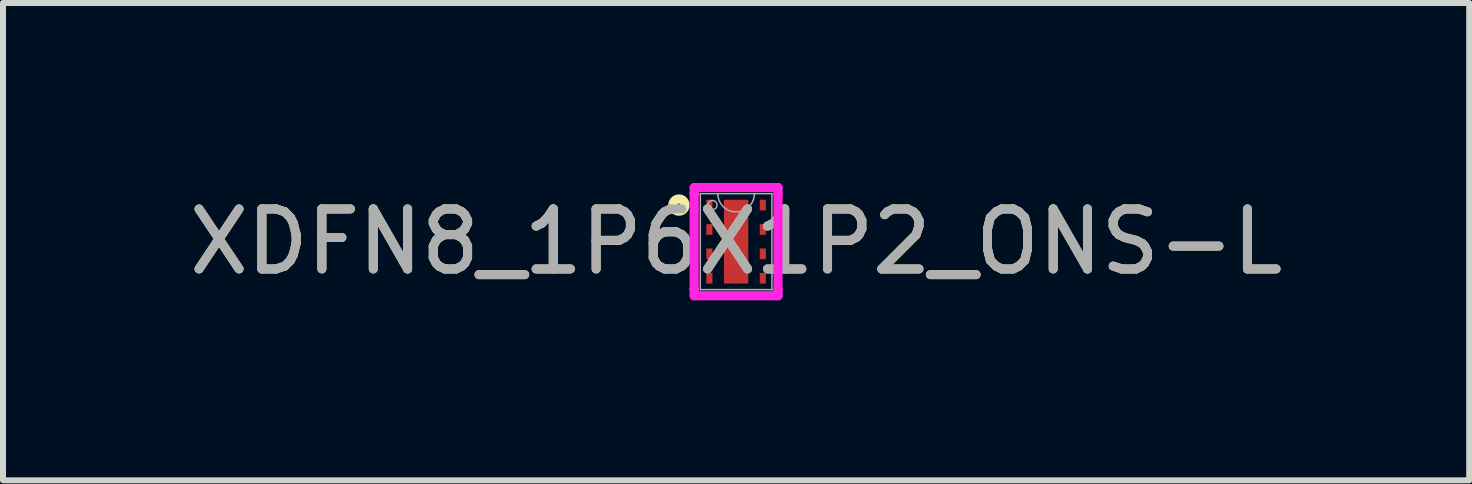
<source format=kicad_pcb>
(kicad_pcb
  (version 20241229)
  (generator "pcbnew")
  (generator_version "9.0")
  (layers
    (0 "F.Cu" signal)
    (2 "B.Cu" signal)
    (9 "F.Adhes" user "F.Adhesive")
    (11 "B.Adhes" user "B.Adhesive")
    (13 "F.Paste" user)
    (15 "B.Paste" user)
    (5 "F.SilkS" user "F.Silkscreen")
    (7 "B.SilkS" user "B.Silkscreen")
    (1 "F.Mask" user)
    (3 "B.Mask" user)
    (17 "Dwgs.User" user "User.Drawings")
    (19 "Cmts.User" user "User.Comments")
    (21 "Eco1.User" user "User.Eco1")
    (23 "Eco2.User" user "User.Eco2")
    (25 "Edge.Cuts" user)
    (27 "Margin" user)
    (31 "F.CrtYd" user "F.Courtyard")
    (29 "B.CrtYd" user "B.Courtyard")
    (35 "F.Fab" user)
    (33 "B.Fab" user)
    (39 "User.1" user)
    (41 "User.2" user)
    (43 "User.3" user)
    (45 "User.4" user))
  (footprint "XDFN8_1P6X1P2_ONS-L"
    (layer "F.Cu")
    (at 9.22 0.978)
    (property "Reference" "XDFN8_1P6X1P2_ONS-L" (at 0 0 0) (unlocked yes) (layer "F.SilkS") (effects (font (size 1 1) (thickness 0.15))))
    (attr smd)
    (fp_circle (center -0.953 -0.61) (end -0.851 -0.61) (stroke (width 0.152) (type solid)) (fill no) (layer "F.SilkS"))
    (fp_line (start -0.699 -0.902) (end 0.699 -0.902) (stroke (width 0.152) (type solid)) (layer "F.CrtYd"))
    (fp_line (start -0.699 -0.8) (end -0.699 -0.902) (stroke (width 0.152) (type solid)) (layer "F.CrtYd"))
    (fp_line (start -0.699 -0.8) (end -0.699 -0.8) (stroke (width 0.152) (type solid)) (layer "F.CrtYd"))
    (fp_line (start -0.699 0.8) (end -0.699 -0.8) (stroke (width 0.152) (type solid)) (layer "F.CrtYd"))
    (fp_line (start -0.699 0.8) (end -0.699 0.8) (stroke (width 0.152) (type solid)) (layer "F.CrtYd"))
    (fp_line (start -0.699 0.902) (end -0.699 0.8) (stroke (width 0.152) (type solid)) (layer "F.CrtYd"))
    (fp_line (start 0.699 -0.902) (end 0.699 -0.8) (stroke (width 0.152) (type solid)) (layer "F.CrtYd"))
    (fp_line (start 0.699 -0.8) (end 0.699 -0.8) (stroke (width 0.152) (type solid)) (layer "F.CrtYd"))
    (fp_line (start 0.699 -0.8) (end 0.699 0.8) (stroke (width 0.152) (type solid)) (layer "F.CrtYd"))
    (fp_line (start 0.699 0.8) (end 0.699 0.8) (stroke (width 0.152) (type solid)) (layer "F.CrtYd"))
    (fp_line (start 0.699 0.8) (end 0.699 0.902) (stroke (width 0.152) (type solid)) (layer "F.CrtYd"))
    (fp_line (start 0.699 0.902) (end -0.699 0.902) (stroke (width 0.152) (type solid)) (layer "F.CrtYd"))
    (fp_line (start -0.597 -0.8) (end -0.597 0.8) (stroke (width 0.025) (type solid)) (layer "F.Fab"))
    (fp_line (start -0.597 0.8) (end 0.597 0.8) (stroke (width 0.025) (type solid)) (layer "F.Fab"))
    (fp_line (start 0.597 -0.8) (end -0.597 -0.8) (stroke (width 0.025) (type solid)) (layer "F.Fab"))
    (fp_line (start 0.597 0.8) (end 0.597 -0.8) (stroke (width 0.025) (type solid)) (layer "F.Fab"))
    (fp_arc (start 0.3048 -0.8001) (mid 0 -0.4953) (end -0.3048 -0.8001) (stroke (width 0.0254) (type solid)) (layer "F.Fab"))
    (fp_circle (center -0.394 -0.61) (end -0.318 -0.61) (stroke (width 0.025) (type solid)) (fill no) (layer "F.Fab"))
    (fp_text user "${REFERENCE}" (at 0 0 0) (unlocked yes) (layer "F.Fab") (effects (font (size 1 1) (thickness 0.15))))
    (pad "1" smd rect (at -0.445 -0.61) (size 0.102 0.178) (layers "F.Cu" "F.Mask" "F.Paste"))
    (pad "2" smd rect (at -0.445 -0.203) (size 0.102 0.178) (layers "F.Cu" "F.Mask" "F.Paste"))
    (pad "3" smd rect (at -0.445 0.203) (size 0.102 0.178) (layers "F.Cu" "F.Mask" "F.Paste"))
    (pad "4" smd rect (at -0.445 0.61) (size 0.102 0.178) (layers "F.Cu" "F.Mask" "F.Paste"))
    (pad "5" smd rect (at 0.445 0.61) (size 0.102 0.178) (layers "F.Cu" "F.Mask" "F.Paste"))
    (pad "6" smd rect (at 0.445 0.203) (size 0.102 0.178) (layers "F.Cu" "F.Mask" "F.Paste"))
    (pad "7" smd rect (at 0.445 -0.203) (size 0.102 0.178) (layers "F.Cu" "F.Mask" "F.Paste"))
    (pad "8" smd rect (at 0.445 -0.61) (size 0.102 0.178) (layers "F.Cu" "F.Mask" "F.Paste"))
    (pad "9" smd rect (at 0 0) (size 0.406 1.397) (layers "F.Cu" "F.Mask" "F.Paste")))
  (gr_rect
    (start -3 -3)
    (end 21.44 4.956)
    (stroke (width 0.1) (type default))
    (fill no)
    (layer "Edge.Cuts")))
</source>
